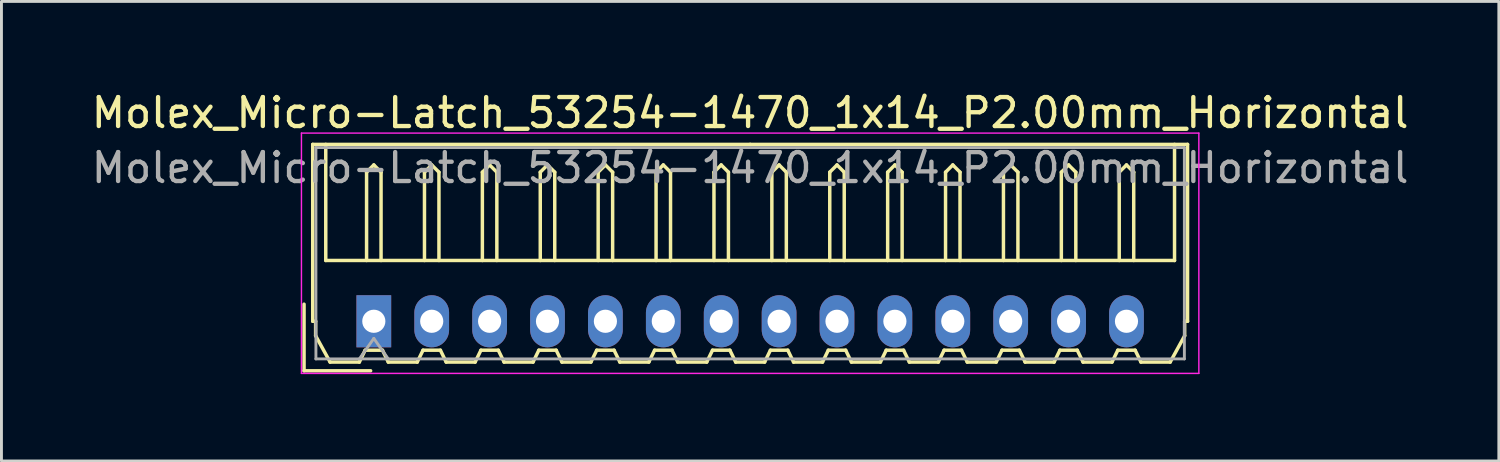
<source format=kicad_pcb>
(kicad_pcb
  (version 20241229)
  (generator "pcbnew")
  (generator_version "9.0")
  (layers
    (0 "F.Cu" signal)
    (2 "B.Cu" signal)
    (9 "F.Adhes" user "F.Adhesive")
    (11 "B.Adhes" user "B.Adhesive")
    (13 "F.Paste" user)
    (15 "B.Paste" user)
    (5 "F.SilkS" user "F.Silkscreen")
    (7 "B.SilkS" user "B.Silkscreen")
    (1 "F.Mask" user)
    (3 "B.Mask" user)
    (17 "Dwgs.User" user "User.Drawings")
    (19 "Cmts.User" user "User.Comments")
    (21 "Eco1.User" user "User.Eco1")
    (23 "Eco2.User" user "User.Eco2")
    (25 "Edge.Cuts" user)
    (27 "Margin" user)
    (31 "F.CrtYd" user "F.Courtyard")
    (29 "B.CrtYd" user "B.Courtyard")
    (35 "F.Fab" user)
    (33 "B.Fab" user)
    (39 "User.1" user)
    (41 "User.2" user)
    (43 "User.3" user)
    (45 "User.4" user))
  (footprint "Molex_Micro-Latch_53254-1470_1x14_P2.00mm_Horizontal"
    (layer "F.Cu")
    (at 9.863 8.048)
    (property "Reference" "Molex_Micro-Latch_53254-1470_1x14_P2.00mm_Horizontal" (at 13 -7.2 0) (layer "F.SilkS") (effects (font (size 1 1) (thickness 0.15))))
    (attr through_hole)
    (fp_line (start -2.41 1.71) (end -2.41 -0.59) (stroke (width 0.12) (type solid)) (layer "F.SilkS"))
    (fp_line (start -2.11 -6.11) (end 13 -6.11) (stroke (width 0.12) (type solid)) (layer "F.SilkS"))
    (fp_line (start -2.11 0) (end -2.11 -6.11) (stroke (width 0.12) (type solid)) (layer "F.SilkS"))
    (fp_line (start -2.01 0) (end -2.11 0) (stroke (width 0.12) (type solid)) (layer "F.SilkS"))
    (fp_line (start -2.01 0.5) (end -2.01 0) (stroke (width 0.12) (type solid)) (layer "F.SilkS"))
    (fp_line (start -1.66 -6.11) (end -1.66 -2.1) (stroke (width 0.12) (type solid)) (layer "F.SilkS"))
    (fp_line (start -1.66 -2.1) (end 27.66 -2.1) (stroke (width 0.12) (type solid)) (layer "F.SilkS"))
    (fp_line (start -1.51 1.41) (end -2.01 0.5) (stroke (width 0.12) (type solid)) (layer "F.SilkS"))
    (fp_line (start -0.5 1.41) (end -1.51 1.41) (stroke (width 0.12) (type solid)) (layer "F.SilkS"))
    (fp_line (start -0.3 1) (end -0.5 1.41) (stroke (width 0.12) (type solid)) (layer "F.SilkS"))
    (fp_line (start -0.3 1) (end 0.3 1) (stroke (width 0.12) (type solid)) (layer "F.SilkS"))
    (fp_line (start -0.25 -5.15) (end 0 -5.4) (stroke (width 0.12) (type solid)) (layer "F.SilkS"))
    (fp_line (start -0.25 -2.1) (end -0.25 -5.15) (stroke (width 0.12) (type solid)) (layer "F.SilkS"))
    (fp_line (start -0.11 1.71) (end -2.41 1.71) (stroke (width 0.12) (type solid)) (layer "F.SilkS"))
    (fp_line (start 0 -5.4) (end 0.25 -5.15) (stroke (width 0.12) (type solid)) (layer "F.SilkS"))
    (fp_line (start 0.25 -5.15) (end 0.25 -2.1) (stroke (width 0.12) (type solid)) (layer "F.SilkS"))
    (fp_line (start 0.3 1) (end 0.5 1.41) (stroke (width 0.12) (type solid)) (layer "F.SilkS"))
    (fp_line (start 0.5 1.41) (end 1.5 1.41) (stroke (width 0.12) (type solid)) (layer "F.SilkS"))
    (fp_line (start 1.5 1.41) (end 1.7 1) (stroke (width 0.12) (type solid)) (layer "F.SilkS"))
    (fp_line (start 1.7 1) (end 2.3 1) (stroke (width 0.12) (type solid)) (layer "F.SilkS"))
    (fp_line (start 1.75 -5.15) (end 2 -5.4) (stroke (width 0.12) (type solid)) (layer "F.SilkS"))
    (fp_line (start 1.75 -2.1) (end 1.75 -5.15) (stroke (width 0.12) (type solid)) (layer "F.SilkS"))
    (fp_line (start 2 -5.4) (end 2.25 -5.15) (stroke (width 0.12) (type solid)) (layer "F.SilkS"))
    (fp_line (start 2.25 -5.15) (end 2.25 -2.1) (stroke (width 0.12) (type solid)) (layer "F.SilkS"))
    (fp_line (start 2.3 1) (end 2.5 1.41) (stroke (width 0.12) (type solid)) (layer "F.SilkS"))
    (fp_line (start 2.5 1.41) (end 3.5 1.41) (stroke (width 0.12) (type solid)) (layer "F.SilkS"))
    (fp_line (start 3.5 1.41) (end 3.7 1) (stroke (width 0.12) (type solid)) (layer "F.SilkS"))
    (fp_line (start 3.7 1) (end 4.3 1) (stroke (width 0.12) (type solid)) (layer "F.SilkS"))
    (fp_line (start 3.75 -5.15) (end 4 -5.4) (stroke (width 0.12) (type solid)) (layer "F.SilkS"))
    (fp_line (start 3.75 -2.1) (end 3.75 -5.15) (stroke (width 0.12) (type solid)) (layer "F.SilkS"))
    (fp_line (start 4 -5.4) (end 4.25 -5.15) (stroke (width 0.12) (type solid)) (layer "F.SilkS"))
    (fp_line (start 4.25 -5.15) (end 4.25 -2.1) (stroke (width 0.12) (type solid)) (layer "F.SilkS"))
    (fp_line (start 4.3 1) (end 4.5 1.41) (stroke (width 0.12) (type solid)) (layer "F.SilkS"))
    (fp_line (start 4.5 1.41) (end 5.5 1.41) (stroke (width 0.12) (type solid)) (layer "F.SilkS"))
    (fp_line (start 5.5 1.41) (end 5.7 1) (stroke (width 0.12) (type solid)) (layer "F.SilkS"))
    (fp_line (start 5.7 1) (end 6.3 1) (stroke (width 0.12) (type solid)) (layer "F.SilkS"))
    (fp_line (start 5.75 -5.15) (end 6 -5.4) (stroke (width 0.12) (type solid)) (layer "F.SilkS"))
    (fp_line (start 5.75 -2.1) (end 5.75 -5.15) (stroke (width 0.12) (type solid)) (layer "F.SilkS"))
    (fp_line (start 6 -5.4) (end 6.25 -5.15) (stroke (width 0.12) (type solid)) (layer "F.SilkS"))
    (fp_line (start 6.25 -5.15) (end 6.25 -2.1) (stroke (width 0.12) (type solid)) (layer "F.SilkS"))
    (fp_line (start 6.3 1) (end 6.5 1.41) (stroke (width 0.12) (type solid)) (layer "F.SilkS"))
    (fp_line (start 6.5 1.41) (end 7.5 1.41) (stroke (width 0.12) (type solid)) (layer "F.SilkS"))
    (fp_line (start 7.5 1.41) (end 7.7 1) (stroke (width 0.12) (type solid)) (layer "F.SilkS"))
    (fp_line (start 7.7 1) (end 8.3 1) (stroke (width 0.12) (type solid)) (layer "F.SilkS"))
    (fp_line (start 7.75 -5.15) (end 8 -5.4) (stroke (width 0.12) (type solid)) (layer "F.SilkS"))
    (fp_line (start 7.75 -2.1) (end 7.75 -5.15) (stroke (width 0.12) (type solid)) (layer "F.SilkS"))
    (fp_line (start 8 -5.4) (end 8.25 -5.15) (stroke (width 0.12) (type solid)) (layer "F.SilkS"))
    (fp_line (start 8.25 -5.15) (end 8.25 -2.1) (stroke (width 0.12) (type solid)) (layer "F.SilkS"))
    (fp_line (start 8.3 1) (end 8.5 1.41) (stroke (width 0.12) (type solid)) (layer "F.SilkS"))
    (fp_line (start 8.5 1.41) (end 9.5 1.41) (stroke (width 0.12) (type solid)) (layer "F.SilkS"))
    (fp_line (start 9.5 1.41) (end 9.7 1) (stroke (width 0.12) (type solid)) (layer "F.SilkS"))
    (fp_line (start 9.7 1) (end 10.3 1) (stroke (width 0.12) (type solid)) (layer "F.SilkS"))
    (fp_line (start 9.75 -5.15) (end 10 -5.4) (stroke (width 0.12) (type solid)) (layer "F.SilkS"))
    (fp_line (start 9.75 -2.1) (end 9.75 -5.15) (stroke (width 0.12) (type solid)) (layer "F.SilkS"))
    (fp_line (start 10 -5.4) (end 10.25 -5.15) (stroke (width 0.12) (type solid)) (layer "F.SilkS"))
    (fp_line (start 10.25 -5.15) (end 10.25 -2.1) (stroke (width 0.12) (type solid)) (layer "F.SilkS"))
    (fp_line (start 10.3 1) (end 10.5 1.41) (stroke (width 0.12) (type solid)) (layer "F.SilkS"))
    (fp_line (start 10.5 1.41) (end 11.5 1.41) (stroke (width 0.12) (type solid)) (layer "F.SilkS"))
    (fp_line (start 11.5 1.41) (end 11.7 1) (stroke (width 0.12) (type solid)) (layer "F.SilkS"))
    (fp_line (start 11.7 1) (end 12.3 1) (stroke (width 0.12) (type solid)) (layer "F.SilkS"))
    (fp_line (start 11.75 -5.15) (end 12 -5.4) (stroke (width 0.12) (type solid)) (layer "F.SilkS"))
    (fp_line (start 11.75 -2.1) (end 11.75 -5.15) (stroke (width 0.12) (type solid)) (layer "F.SilkS"))
    (fp_line (start 12 -5.4) (end 12.25 -5.15) (stroke (width 0.12) (type solid)) (layer "F.SilkS"))
    (fp_line (start 12.25 -5.15) (end 12.25 -2.1) (stroke (width 0.12) (type solid)) (layer "F.SilkS"))
    (fp_line (start 12.3 1) (end 12.5 1.41) (stroke (width 0.12) (type solid)) (layer "F.SilkS"))
    (fp_line (start 12.5 1.41) (end 13.5 1.41) (stroke (width 0.12) (type solid)) (layer "F.SilkS"))
    (fp_line (start 13.5 1.41) (end 13.7 1) (stroke (width 0.12) (type solid)) (layer "F.SilkS"))
    (fp_line (start 13.7 1) (end 14.3 1) (stroke (width 0.12) (type solid)) (layer "F.SilkS"))
    (fp_line (start 13.75 -5.15) (end 14 -5.4) (stroke (width 0.12) (type solid)) (layer "F.SilkS"))
    (fp_line (start 13.75 -2.1) (end 13.75 -5.15) (stroke (width 0.12) (type solid)) (layer "F.SilkS"))
    (fp_line (start 14 -5.4) (end 14.25 -5.15) (stroke (width 0.12) (type solid)) (layer "F.SilkS"))
    (fp_line (start 14.25 -5.15) (end 14.25 -2.1) (stroke (width 0.12) (type solid)) (layer "F.SilkS"))
    (fp_line (start 14.3 1) (end 14.5 1.41) (stroke (width 0.12) (type solid)) (layer "F.SilkS"))
    (fp_line (start 14.5 1.41) (end 15.5 1.41) (stroke (width 0.12) (type solid)) (layer "F.SilkS"))
    (fp_line (start 15.5 1.41) (end 15.7 1) (stroke (width 0.12) (type solid)) (layer "F.SilkS"))
    (fp_line (start 15.7 1) (end 16.3 1) (stroke (width 0.12) (type solid)) (layer "F.SilkS"))
    (fp_line (start 15.75 -5.15) (end 16 -5.4) (stroke (width 0.12) (type solid)) (layer "F.SilkS"))
    (fp_line (start 15.75 -2.1) (end 15.75 -5.15) (stroke (width 0.12) (type solid)) (layer "F.SilkS"))
    (fp_line (start 16 -5.4) (end 16.25 -5.15) (stroke (width 0.12) (type solid)) (layer "F.SilkS"))
    (fp_line (start 16.25 -5.15) (end 16.25 -2.1) (stroke (width 0.12) (type solid)) (layer "F.SilkS"))
    (fp_line (start 16.3 1) (end 16.5 1.41) (stroke (width 0.12) (type solid)) (layer "F.SilkS"))
    (fp_line (start 16.5 1.41) (end 17.5 1.41) (stroke (width 0.12) (type solid)) (layer "F.SilkS"))
    (fp_line (start 17.5 1.41) (end 17.7 1) (stroke (width 0.12) (type solid)) (layer "F.SilkS"))
    (fp_line (start 17.7 1) (end 18.3 1) (stroke (width 0.12) (type solid)) (layer "F.SilkS"))
    (fp_line (start 17.75 -5.15) (end 18 -5.4) (stroke (width 0.12) (type solid)) (layer "F.SilkS"))
    (fp_line (start 17.75 -2.1) (end 17.75 -5.15) (stroke (width 0.12) (type solid)) (layer "F.SilkS"))
    (fp_line (start 18 -5.4) (end 18.25 -5.15) (stroke (width 0.12) (type solid)) (layer "F.SilkS"))
    (fp_line (start 18.25 -5.15) (end 18.25 -2.1) (stroke (width 0.12) (type solid)) (layer "F.SilkS"))
    (fp_line (start 18.3 1) (end 18.5 1.41) (stroke (width 0.12) (type solid)) (layer "F.SilkS"))
    (fp_line (start 18.5 1.41) (end 19.5 1.41) (stroke (width 0.12) (type solid)) (layer "F.SilkS"))
    (fp_line (start 19.5 1.41) (end 19.7 1) (stroke (width 0.12) (type solid)) (layer "F.SilkS"))
    (fp_line (start 19.7 1) (end 20.3 1) (stroke (width 0.12) (type solid)) (layer "F.SilkS"))
    (fp_line (start 19.75 -5.15) (end 20 -5.4) (stroke (width 0.12) (type solid)) (layer "F.SilkS"))
    (fp_line (start 19.75 -2.1) (end 19.75 -5.15) (stroke (width 0.12) (type solid)) (layer "F.SilkS"))
    (fp_line (start 20 -5.4) (end 20.25 -5.15) (stroke (width 0.12) (type solid)) (layer "F.SilkS"))
    (fp_line (start 20.25 -5.15) (end 20.25 -2.1) (stroke (width 0.12) (type solid)) (layer "F.SilkS"))
    (fp_line (start 20.3 1) (end 20.5 1.41) (stroke (width 0.12) (type solid)) (layer "F.SilkS"))
    (fp_line (start 20.5 1.41) (end 21.5 1.41) (stroke (width 0.12) (type solid)) (layer "F.SilkS"))
    (fp_line (start 21.5 1.41) (end 21.7 1) (stroke (width 0.12) (type solid)) (layer "F.SilkS"))
    (fp_line (start 21.7 1) (end 22.3 1) (stroke (width 0.12) (type solid)) (layer "F.SilkS"))
    (fp_line (start 21.75 -5.15) (end 22 -5.4) (stroke (width 0.12) (type solid)) (layer "F.SilkS"))
    (fp_line (start 21.75 -2.1) (end 21.75 -5.15) (stroke (width 0.12) (type solid)) (layer "F.SilkS"))
    (fp_line (start 22 -5.4) (end 22.25 -5.15) (stroke (width 0.12) (type solid)) (layer "F.SilkS"))
    (fp_line (start 22.25 -5.15) (end 22.25 -2.1) (stroke (width 0.12) (type solid)) (layer "F.SilkS"))
    (fp_line (start 22.3 1) (end 22.5 1.41) (stroke (width 0.12) (type solid)) (layer "F.SilkS"))
    (fp_line (start 22.5 1.41) (end 23.5 1.41) (stroke (width 0.12) (type solid)) (layer "F.SilkS"))
    (fp_line (start 23.5 1.41) (end 23.7 1) (stroke (width 0.12) (type solid)) (layer "F.SilkS"))
    (fp_line (start 23.7 1) (end 24.3 1) (stroke (width 0.12) (type solid)) (layer "F.SilkS"))
    (fp_line (start 23.75 -5.15) (end 24 -5.4) (stroke (width 0.12) (type solid)) (layer "F.SilkS"))
    (fp_line (start 23.75 -2.1) (end 23.75 -5.15) (stroke (width 0.12) (type solid)) (layer "F.SilkS"))
    (fp_line (start 24 -5.4) (end 24.25 -5.15) (stroke (width 0.12) (type solid)) (layer "F.SilkS"))
    (fp_line (start 24.25 -5.15) (end 24.25 -2.1) (stroke (width 0.12) (type solid)) (layer "F.SilkS"))
    (fp_line (start 24.3 1) (end 24.5 1.41) (stroke (width 0.12) (type solid)) (layer "F.SilkS"))
    (fp_line (start 24.5 1.41) (end 25.5 1.41) (stroke (width 0.12) (type solid)) (layer "F.SilkS"))
    (fp_line (start 25.5 1.41) (end 25.7 1) (stroke (width 0.12) (type solid)) (layer "F.SilkS"))
    (fp_line (start 25.7 1) (end 26.3 1) (stroke (width 0.12) (type solid)) (layer "F.SilkS"))
    (fp_line (start 25.75 -5.15) (end 26 -5.4) (stroke (width 0.12) (type solid)) (layer "F.SilkS"))
    (fp_line (start 25.75 -2.1) (end 25.75 -5.15) (stroke (width 0.12) (type solid)) (layer "F.SilkS"))
    (fp_line (start 26 -5.4) (end 26.25 -5.15) (stroke (width 0.12) (type solid)) (layer "F.SilkS"))
    (fp_line (start 26.25 -5.15) (end 26.25 -2.1) (stroke (width 0.12) (type solid)) (layer "F.SilkS"))
    (fp_line (start 26.3 1) (end 26.5 1.41) (stroke (width 0.12) (type solid)) (layer "F.SilkS"))
    (fp_line (start 26.5 1.41) (end 27.51 1.41) (stroke (width 0.12) (type solid)) (layer "F.SilkS"))
    (fp_line (start 27.51 1.41) (end 28.01 0.5) (stroke (width 0.12) (type solid)) (layer "F.SilkS"))
    (fp_line (start 27.66 -2.1) (end 27.66 -6.11) (stroke (width 0.12) (type solid)) (layer "F.SilkS"))
    (fp_line (start 28.01 0) (end 28.11 0) (stroke (width 0.12) (type solid)) (layer "F.SilkS"))
    (fp_line (start 28.01 0.5) (end 28.01 0) (stroke (width 0.12) (type solid)) (layer "F.SilkS"))
    (fp_line (start 28.11 -6.11) (end 13 -6.11) (stroke (width 0.12) (type solid)) (layer "F.SilkS"))
    (fp_line (start 28.11 0) (end 28.11 -6.11) (stroke (width 0.12) (type solid)) (layer "F.SilkS"))
    (fp_line (start -2.5 -6.5) (end -2.5 1.8) (stroke (width 0.05) (type solid)) (layer "F.CrtYd"))
    (fp_line (start -2.5 1.8) (end 28.5 1.8) (stroke (width 0.05) (type solid)) (layer "F.CrtYd"))
    (fp_line (start 28.5 -6.5) (end -2.5 -6.5) (stroke (width 0.05) (type solid)) (layer "F.CrtYd"))
    (fp_line (start 28.5 1.8) (end 28.5 -6.5) (stroke (width 0.05) (type solid)) (layer "F.CrtYd"))
    (fp_line (start -2 -6) (end -2 1.3) (stroke (width 0.1) (type solid)) (layer "F.Fab"))
    (fp_line (start -2 1.3) (end 28 1.3) (stroke (width 0.1) (type solid)) (layer "F.Fab"))
    (fp_line (start -0.5 1.3) (end 0 0.593) (stroke (width 0.1) (type solid)) (layer "F.Fab"))
    (fp_line (start 0 0.593) (end 0.5 1.3) (stroke (width 0.1) (type solid)) (layer "F.Fab"))
    (fp_line (start 28 -6) (end -2 -6) (stroke (width 0.1) (type solid)) (layer "F.Fab"))
    (fp_line (start 28 1.3) (end 28 -6) (stroke (width 0.1) (type solid)) (layer "F.Fab"))
    (fp_text user "${REFERENCE}" (at 13 -5.3 0) (layer "F.Fab") (effects (font (size 1 1) (thickness 0.15))))
    (pad "1" thru_hole rect (at 0 0) (size 1.2 1.8) (drill 0.8) (layers "*.Cu" "*.Mask"))
    (pad "2" thru_hole oval (at 2 0) (size 1.2 1.8) (drill 0.8) (layers "*.Cu" "*.Mask"))
    (pad "3" thru_hole oval (at 4 0) (size 1.2 1.8) (drill 0.8) (layers "*.Cu" "*.Mask"))
    (pad "4" thru_hole oval (at 6 0) (size 1.2 1.8) (drill 0.8) (layers "*.Cu" "*.Mask"))
    (pad "5" thru_hole oval (at 8 0) (size 1.2 1.8) (drill 0.8) (layers "*.Cu" "*.Mask"))
    (pad "6" thru_hole oval (at 10 0) (size 1.2 1.8) (drill 0.8) (layers "*.Cu" "*.Mask"))
    (pad "7" thru_hole oval (at 12 0) (size 1.2 1.8) (drill 0.8) (layers "*.Cu" "*.Mask"))
    (pad "8" thru_hole oval (at 14 0) (size 1.2 1.8) (drill 0.8) (layers "*.Cu" "*.Mask"))
    (pad "9" thru_hole oval (at 16 0) (size 1.2 1.8) (drill 0.8) (layers "*.Cu" "*.Mask"))
    (pad "10" thru_hole oval (at 18 0) (size 1.2 1.8) (drill 0.8) (layers "*.Cu" "*.Mask"))
    (pad "11" thru_hole oval (at 20 0) (size 1.2 1.8) (drill 0.8) (layers "*.Cu" "*.Mask"))
    (pad "12" thru_hole oval (at 22 0) (size 1.2 1.8) (drill 0.8) (layers "*.Cu" "*.Mask"))
    (pad "13" thru_hole oval (at 24 0) (size 1.2 1.8) (drill 0.8) (layers "*.Cu" "*.Mask"))
    (pad "14" thru_hole oval (at 26 0) (size 1.2 1.8) (drill 0.8) (layers "*.Cu" "*.Mask")))
  (gr_rect
    (start -3 -3)
    (end 48.726 12.873)
    (stroke (width 0.1) (type default))
    (fill no)
    (layer "Edge.Cuts")))
</source>
